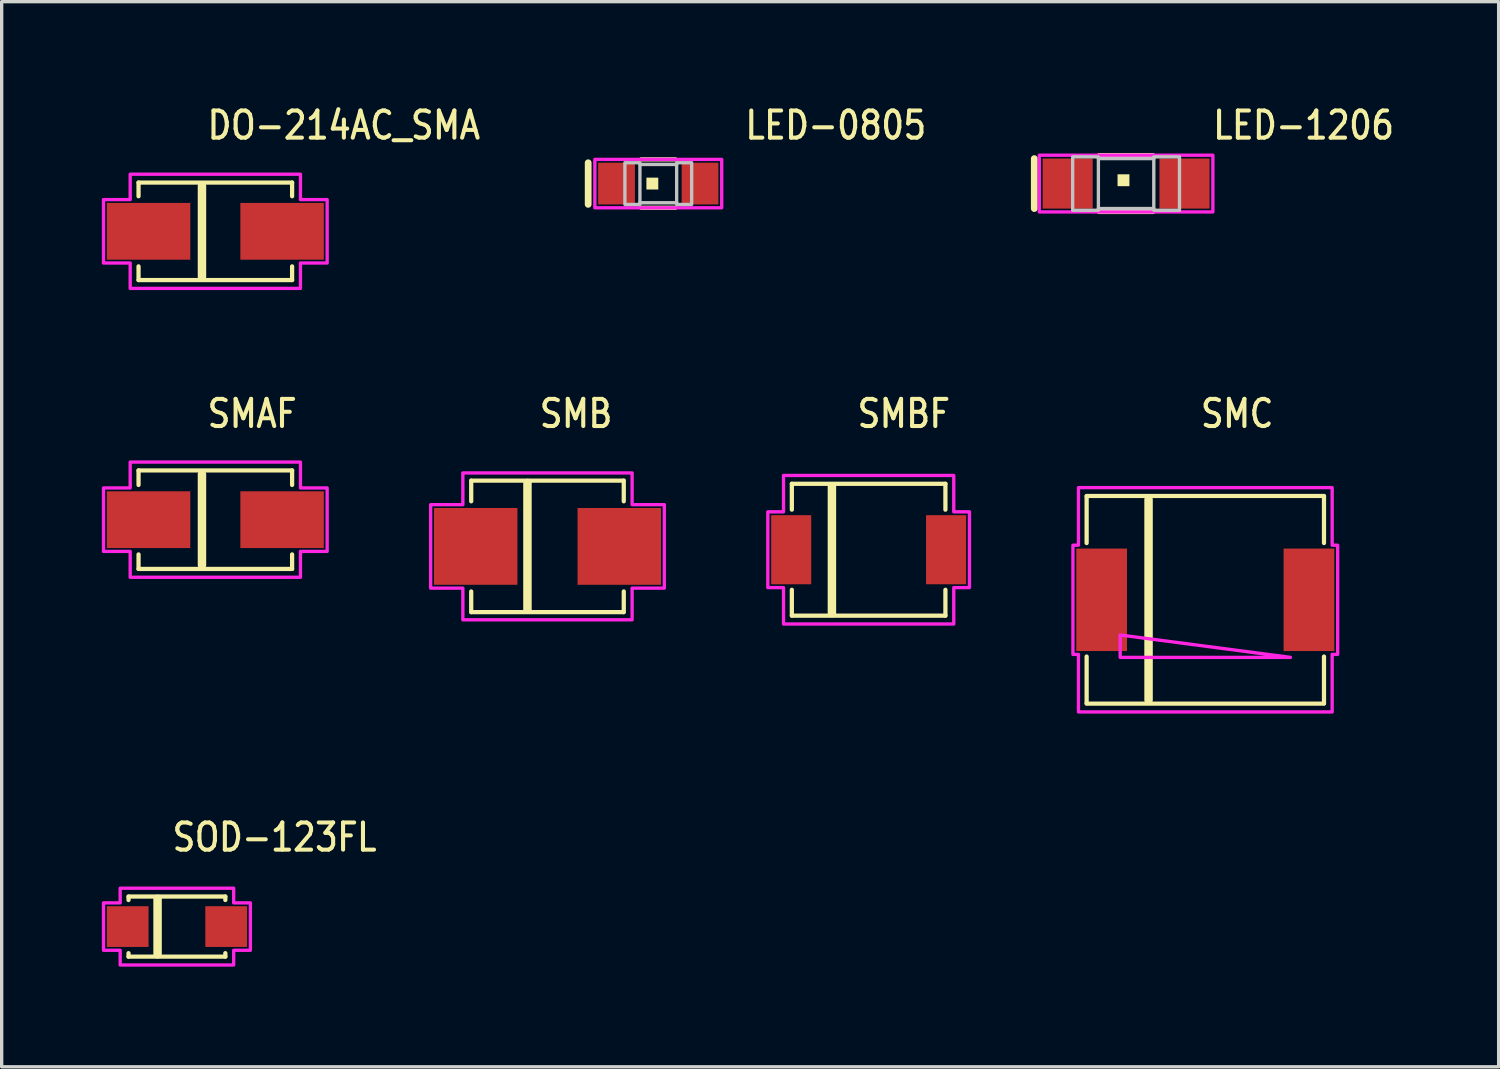
<source format=kicad_pcb>
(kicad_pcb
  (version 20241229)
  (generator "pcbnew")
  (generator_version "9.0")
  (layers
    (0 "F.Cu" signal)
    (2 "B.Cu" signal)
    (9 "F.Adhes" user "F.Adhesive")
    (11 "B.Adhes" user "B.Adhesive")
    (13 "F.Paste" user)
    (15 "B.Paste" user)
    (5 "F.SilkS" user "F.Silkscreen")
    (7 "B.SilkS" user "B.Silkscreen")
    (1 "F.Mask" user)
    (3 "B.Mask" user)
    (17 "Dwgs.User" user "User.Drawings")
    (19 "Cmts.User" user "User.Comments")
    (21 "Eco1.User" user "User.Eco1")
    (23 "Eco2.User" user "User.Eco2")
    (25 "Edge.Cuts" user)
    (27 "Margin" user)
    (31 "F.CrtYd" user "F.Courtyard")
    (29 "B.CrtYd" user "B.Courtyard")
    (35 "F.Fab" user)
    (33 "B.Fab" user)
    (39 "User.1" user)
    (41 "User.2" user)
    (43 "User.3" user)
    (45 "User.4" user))
  (footprint "LED-1206"
    (layer "F.Cu")
    (at 30.682 2.449)
    (property "Reference" "LED-1206" (at 2.54 -1.27 0) (unlocked yes) (layer "F.SilkS") (effects (font (size 0.813 0.695) (thickness 0.122)) (justify left bottom)))
    (fp_line (start -2.75 -0.748) (end -2.75 0.748) (stroke (width 0.203) (type solid)) (layer "F.SilkS"))
    (fp_line (start -0.814 -0.85) (end 0.814 -0.85) (stroke (width 0.127) (type solid)) (layer "F.SilkS"))
    (fp_line (start -0.814 0.85) (end 0.814 0.85) (stroke (width 0.127) (type solid)) (layer "F.SilkS"))
    (fp_rect (start -0.256 0.078) (end 0.1 -0.278) (stroke (width 0) (type solid)) (fill yes) (layer "F.SilkS"))
    (fp_line (start -0.83 -0.749) (end 0.83 -0.749) (stroke (width 0.102) (type solid)) (layer "Dwgs.User"))
    (fp_line (start -0.83 0.749) (end 0.83 0.749) (stroke (width 0.102) (type solid)) (layer "Dwgs.User"))
    (fp_rect (start -1.6 0.8) (end -0.83 -0.8) (stroke (width 0.1) (type solid)) (fill no) (layer "Dwgs.User"))
    (fp_rect (start 0.83 0.8) (end 1.6 -0.8) (stroke (width 0.1) (type solid)) (fill no) (layer "Dwgs.User"))
    (fp_poly (pts (xy -2.6 -0.85) (xy 2.6 -0.85) (xy 2.6 0.85) (xy -2.6 0.85)) (stroke (width 0.1) (type solid)) (fill no) (layer "F.CrtYd"))
    (pad "1" smd rect (at -1.75 0) (size 1.5 1.5) (layers "F.Cu" "F.Mask" "F.Paste"))
    (pad "2" smd rect (at 1.75 0) (size 1.5 1.5) (layers "F.Cu" "F.Mask" "F.Paste")))
  (footprint "DO-214AC_SMA"
    (layer "F.Cu")
    (at 3.4 3.879)
    (property "Reference" "DO-214AC_SMA" (at -0.3 -2.7 0) (unlocked yes) (layer "F.SilkS") (effects (font (size 0.813 0.695) (thickness 0.122)) (justify left bottom)))
    (fp_line (start -2.3 -1.46) (end -2.3 -1.05) (stroke (width 0.127) (type solid)) (layer "F.SilkS"))
    (fp_line (start -2.3 -1.46) (end 2.3 -1.46) (stroke (width 0.127) (type solid)) (layer "F.SilkS"))
    (fp_line (start -2.3 1.05) (end -2.3 1.46) (stroke (width 0.127) (type solid)) (layer "F.SilkS"))
    (fp_line (start -2.3 1.46) (end 2.3 1.46) (stroke (width 0.127) (type solid)) (layer "F.SilkS"))
    (fp_line (start -0.4 -1.36) (end -0.4 1.36) (stroke (width 0.254) (type solid)) (layer "F.SilkS"))
    (fp_line (start 2.3 -1.46) (end 2.3 -1.05) (stroke (width 0.127) (type solid)) (layer "F.SilkS"))
    (fp_line (start 2.3 1.46) (end 2.3 1.05) (stroke (width 0.127) (type solid)) (layer "F.SilkS"))
    (fp_poly (pts (xy -3.35 -0.95) (xy -2.55 -0.95) (xy -2.55 -1.71) (xy 2.55 -1.71) (xy 2.55 -0.95) (xy 3.35 -0.95) (xy 3.35 0.95) (xy 2.55 0.95) (xy 2.55 1.71) (xy -2.55 1.71) (xy -2.55 0.95) (xy -3.35 0.95)) (stroke (width 0.1) (type solid)) (fill no) (layer "F.CrtYd"))
    (pad "ANODE" smd rect (at 2 0) (size 2.5 1.7) (layers "F.Cu" "F.Mask" "F.Paste"))
    (pad "CATHODE" smd rect (at -2 0) (size 2.5 1.7) (layers "F.Cu" "F.Mask" "F.Paste")))
  (footprint "SMC"
    (layer "F.Cu")
    (at 33.055 14.917)
    (property "Reference" "SMC" (at -0.2 -5.1 0) (unlocked yes) (layer "F.SilkS") (effects (font (size 0.813 0.695) (thickness 0.122)) (justify left bottom)))
    (fp_line (start -3.555 -3.11) (end 3.555 -3.11) (stroke (width 0.127) (type solid)) (layer "F.SilkS"))
    (fp_line (start -3.555 -3.1) (end -3.555 -1.7) (stroke (width 0.127) (type solid)) (layer "F.SilkS"))
    (fp_line (start -3.555 3.1) (end -3.555 1.7) (stroke (width 0.127) (type solid)) (layer "F.SilkS"))
    (fp_line (start -3.555 3.11) (end 3.555 3.11) (stroke (width 0.127) (type solid)) (layer "F.SilkS"))
    (fp_line (start -1.7 -3) (end -1.7 3) (stroke (width 0.254) (type solid)) (layer "F.SilkS"))
    (fp_line (start 3.555 -3.1) (end 3.555 -1.7) (stroke (width 0.127) (type solid)) (layer "F.SilkS"))
    (fp_line (start 3.555 3.1) (end 3.555 1.7) (stroke (width 0.127) (type solid)) (layer "F.SilkS"))
    (fp_poly (pts (xy -2.55 1.055) (xy 2.55 1.725) (xy -2.55 1.725)) (stroke (width 0.1) (type solid)) (fill no) (layer "F.CrtYd"))
    (fp_poly (pts (xy -3.965 -1.635) (xy -3.8 -1.635) (xy -3.8 -3.36) (xy 3.8 -3.36) (xy 3.8 -1.635) (xy 3.965 -1.635) (xy 3.965 1.635) (xy 3.8 1.635) (xy 3.8 3.36) (xy -3.8 3.36) (xy -3.8 1.635) (xy -3.965 1.635)) (stroke (width 0.1) (type solid)) (fill no) (layer "F.CrtYd"))
    (pad "ANODE" smd rect (at 3.105 0) (size 1.52 3.07) (layers "F.Cu" "F.Mask" "F.Paste"))
    (pad "CATHODE" smd rect (at -3.105 0) (size 1.52 3.07) (layers "F.Cu" "F.Mask" "F.Paste")))
  (footprint "SMAF"
    (layer "F.Cu")
    (at 3.4 12.517)
    (property "Reference" "SMAF" (at -0.3 -2.7 0) (unlocked yes) (layer "F.SilkS") (effects (font (size 0.813 0.695) (thickness 0.122)) (justify left bottom)))
    (fp_line (start -2.3 -1.475) (end -2.3 -1.04) (stroke (width 0.127) (type solid)) (layer "F.SilkS"))
    (fp_line (start -2.3 -1.475) (end 2.3 -1.475) (stroke (width 0.127) (type solid)) (layer "F.SilkS"))
    (fp_line (start -2.3 1.475) (end -2.3 1.04) (stroke (width 0.127) (type solid)) (layer "F.SilkS"))
    (fp_line (start -2.3 1.475) (end 2.3 1.475) (stroke (width 0.127) (type solid)) (layer "F.SilkS"))
    (fp_line (start -0.4 -1.36) (end -0.4 1.36) (stroke (width 0.254) (type solid)) (layer "F.SilkS"))
    (fp_line (start 2.3 -1.475) (end 2.3 -1.04) (stroke (width 0.127) (type solid)) (layer "F.SilkS"))
    (fp_line (start 2.3 1.475) (end 2.3 1.04) (stroke (width 0.127) (type solid)) (layer "F.SilkS"))
    (fp_poly (pts (xy -3.35 -0.95) (xy -2.55 -0.95) (xy -2.55 -1.725) (xy 2.55 -1.725) (xy 2.55 -0.95) (xy 3.35 -0.95) (xy 3.35 0.95) (xy 2.55 0.95) (xy 2.55 1.725) (xy -2.55 1.725) (xy -2.55 0.95) (xy -3.35 0.95)) (stroke (width 0.1) (type solid)) (fill no) (layer "F.CrtYd"))
    (pad "ANODE" smd rect (at 2 0) (size 2.5 1.7) (layers "F.Cu" "F.Mask" "F.Paste"))
    (pad "CATHODE" smd rect (at -2 0) (size 2.5 1.7) (layers "F.Cu" "F.Mask" "F.Paste")))
  (footprint "SOD-123FL"
    (layer "F.Cu")
    (at 2.25 24.706)
    (property "Reference" "SOD-123FL" (at -0.2 -2.2 0) (unlocked yes) (layer "F.SilkS") (effects (font (size 0.813 0.695) (thickness 0.122)) (justify left bottom)))
    (fp_line (start -1.45 -0.9) (end -1.45 -0.796) (stroke (width 0.127) (type solid)) (layer "F.SilkS"))
    (fp_line (start -1.45 0.796) (end -1.45 0.9) (stroke (width 0.127) (type solid)) (layer "F.SilkS"))
    (fp_line (start -1.45 0.9) (end 1.45 0.9) (stroke (width 0.127) (type solid)) (layer "F.SilkS"))
    (fp_line (start -0.58 -0.83) (end -0.58 0.83) (stroke (width 0.254) (type solid)) (layer "F.SilkS"))
    (fp_line (start 1.45 -0.9) (end -1.45 -0.9) (stroke (width 0.127) (type solid)) (layer "F.SilkS"))
    (fp_line (start 1.45 -0.796) (end 1.45 -0.9) (stroke (width 0.127) (type solid)) (layer "F.SilkS"))
    (fp_line (start 1.45 0.9) (end 1.45 0.796) (stroke (width 0.127) (type solid)) (layer "F.SilkS"))
    (fp_poly (pts (xy -2.2 -0.71) (xy -1.7 -0.71) (xy -1.7 -1.15) (xy 1.7 -1.15) (xy 1.7 -0.71) (xy 2.2 -0.71) (xy 2.2 0.71) (xy 1.7 0.71) (xy 1.7 1.15) (xy -1.7 1.15) (xy -1.7 0.71) (xy -2.2 0.71)) (stroke (width 0.1) (type solid)) (fill no) (layer "F.CrtYd"))
    (pad "ANODE" smd rect (at 1.475 0) (size 1.25 1.22) (layers "F.Cu" "F.Mask" "F.Paste"))
    (pad "CATHODE" smd rect (at -1.475 0) (size 1.25 1.22) (layers "F.Cu" "F.Mask" "F.Paste")))
  (footprint "SMB"
    (layer "F.Cu")
    (at 13.35 13.317)
    (property "Reference" "SMB" (at -0.3 -3.5 0) (unlocked yes) (layer "F.SilkS") (effects (font (size 0.813 0.695) (thickness 0.122)) (justify left bottom)))
    (fp_line (start -2.285 -1.97) (end -2.285 -1.35) (stroke (width 0.127) (type solid)) (layer "F.SilkS"))
    (fp_line (start -2.285 1.97) (end -2.285 1.35) (stroke (width 0.127) (type solid)) (layer "F.SilkS"))
    (fp_line (start -2.28 -1.97) (end 2.28 -1.97) (stroke (width 0.127) (type solid)) (layer "F.SilkS"))
    (fp_line (start -2.28 1.97) (end 2.28 1.97) (stroke (width 0.127) (type solid)) (layer "F.SilkS"))
    (fp_line (start -0.6 -1.9) (end -0.6 1.9) (stroke (width 0.254) (type solid)) (layer "F.SilkS"))
    (fp_line (start 2.285 -1.97) (end 2.285 -1.35) (stroke (width 0.127) (type solid)) (layer "F.SilkS"))
    (fp_line (start 2.285 1.97) (end 2.285 1.35) (stroke (width 0.127) (type solid)) (layer "F.SilkS"))
    (fp_poly (pts (xy -3.5 -1.25) (xy -2.535 -1.25) (xy -2.535 -2.2) (xy 2.535 -2.2) (xy 2.535 -1.25) (xy 3.5 -1.25) (xy 3.5 1.25) (xy 2.535 1.25) (xy 2.535 2.2) (xy -2.535 2.2) (xy -2.535 1.25) (xy -3.5 1.25)) (stroke (width 0.1) (type solid)) (fill no) (layer "F.CrtYd"))
    (pad "ANODE" smd rect (at 2.15 0) (size 2.5 2.3) (layers "F.Cu" "F.Mask" "F.Paste"))
    (pad "CATHODE" smd rect (at -2.15 0) (size 2.5 2.3) (layers "F.Cu" "F.Mask" "F.Paste")))
  (footprint "SMBF"
    (layer "F.Cu")
    (at 22.97 13.417)
    (property "Reference" "SMBF" (at -0.4 -3.6 0) (unlocked yes) (layer "F.SilkS") (effects (font (size 0.813 0.695) (thickness 0.122)) (justify left bottom)))
    (fp_line (start -2.3 -1.975) (end -2.3 -1.2) (stroke (width 0.127) (type solid)) (layer "F.SilkS"))
    (fp_line (start -2.3 -1.975) (end 2.3 -1.975) (stroke (width 0.127) (type solid)) (layer "F.SilkS"))
    (fp_line (start -2.3 1.975) (end -2.3 1.2) (stroke (width 0.127) (type solid)) (layer "F.SilkS"))
    (fp_line (start -2.3 1.975) (end 2.3 1.975) (stroke (width 0.127) (type solid)) (layer "F.SilkS"))
    (fp_line (start -1.1 -1.9) (end -1.1 1.9) (stroke (width 0.254) (type solid)) (layer "F.SilkS"))
    (fp_line (start 2.3 -1.975) (end 2.3 -1.2) (stroke (width 0.127) (type solid)) (layer "F.SilkS"))
    (fp_line (start 2.3 1.975) (end 2.3 1.2) (stroke (width 0.127) (type solid)) (layer "F.SilkS"))
    (fp_poly (pts (xy -3.02 -1.135) (xy -2.55 -1.135) (xy -2.55 -2.225) (xy 2.55 -2.225) (xy 2.55 -1.135) (xy 3.02 -1.135) (xy 3.02 1.135) (xy 2.55 1.135) (xy 2.55 2.225) (xy -2.55 2.225) (xy -2.55 1.135) (xy -3.02 1.135)) (stroke (width 0.1) (type solid)) (fill no) (layer "F.CrtYd"))
    (pad "ANODE" smd rect (at 2.32 0) (size 1.2 2.07) (layers "F.Cu" "F.Mask" "F.Paste"))
    (pad "CATHODE" smd rect (at -2.32 0) (size 1.2 2.07) (layers "F.Cu" "F.Mask" "F.Paste")))
  (footprint "LED-0805"
    (layer "F.Cu")
    (at 16.669 2.449)
    (property "Reference" "LED-0805" (at 2.54 -1.27 0) (unlocked yes) (layer "F.SilkS") (effects (font (size 0.813 0.695) (thickness 0.122)) (justify left bottom)))
    (fp_line (start -2.1 -0.623) (end -2.1 0.623) (stroke (width 0.203) (type solid)) (layer "F.SilkS"))
    (fp_line (start -0.513 -0.725) (end 0.513 -0.725) (stroke (width 0.127) (type solid)) (layer "F.SilkS"))
    (fp_line (start -0.513 0.725) (end 0.513 0.725) (stroke (width 0.127) (type solid)) (layer "F.SilkS"))
    (fp_rect (start -0.356 0.178) (end 0 -0.178) (stroke (width 0) (type solid)) (fill yes) (layer "F.SilkS"))
    (fp_line (start -0.55 -0.574) (end 0.55 -0.574) (stroke (width 0.102) (type solid)) (layer "Dwgs.User"))
    (fp_line (start -0.55 0.574) (end 0.55 0.574) (stroke (width 0.102) (type solid)) (layer "Dwgs.User"))
    (fp_rect (start -1 0.625) (end -0.55 -0.625) (stroke (width 0.1) (type solid)) (fill no) (layer "Dwgs.User"))
    (fp_rect (start 0.55 0.625) (end 1 -0.625) (stroke (width 0.1) (type solid)) (fill no) (layer "Dwgs.User"))
    (fp_poly (pts (xy -1.9 -0.725) (xy 1.9 -0.725) (xy 1.9 0.725) (xy -1.9 0.725)) (stroke (width 0.1) (type solid)) (fill no) (layer "F.CrtYd"))
    (pad "1" smd rect (at -1.25 0) (size 1.1 1.25) (layers "F.Cu" "F.Mask" "F.Paste"))
    (pad "2" smd rect (at 1.25 0) (size 1.1 1.25) (layers "F.Cu" "F.Mask" "F.Paste")))
  (gr_rect
    (start -3 -3)
    (end 41.842 28.906)
    (stroke (width 0.1) (type default))
    (fill no)
    (layer "Edge.Cuts")))
</source>
